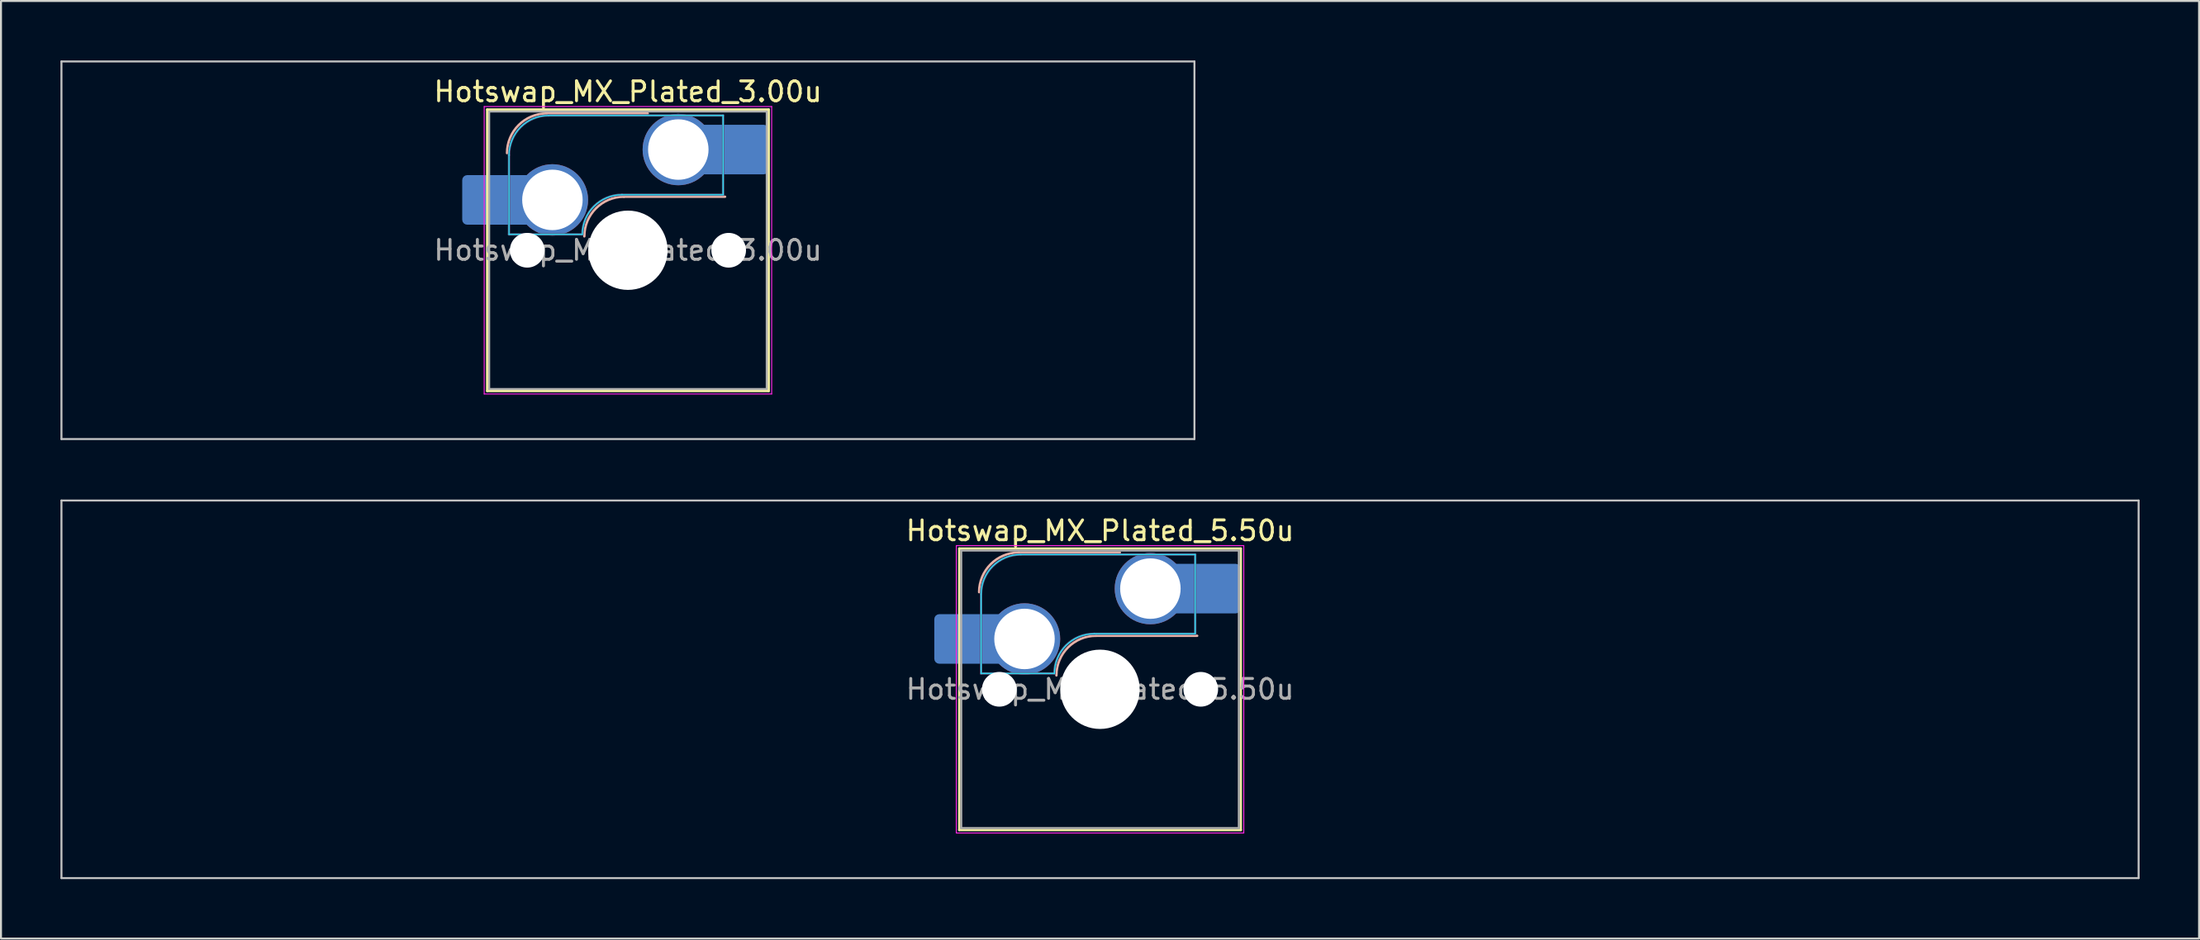
<source format=kicad_pcb>
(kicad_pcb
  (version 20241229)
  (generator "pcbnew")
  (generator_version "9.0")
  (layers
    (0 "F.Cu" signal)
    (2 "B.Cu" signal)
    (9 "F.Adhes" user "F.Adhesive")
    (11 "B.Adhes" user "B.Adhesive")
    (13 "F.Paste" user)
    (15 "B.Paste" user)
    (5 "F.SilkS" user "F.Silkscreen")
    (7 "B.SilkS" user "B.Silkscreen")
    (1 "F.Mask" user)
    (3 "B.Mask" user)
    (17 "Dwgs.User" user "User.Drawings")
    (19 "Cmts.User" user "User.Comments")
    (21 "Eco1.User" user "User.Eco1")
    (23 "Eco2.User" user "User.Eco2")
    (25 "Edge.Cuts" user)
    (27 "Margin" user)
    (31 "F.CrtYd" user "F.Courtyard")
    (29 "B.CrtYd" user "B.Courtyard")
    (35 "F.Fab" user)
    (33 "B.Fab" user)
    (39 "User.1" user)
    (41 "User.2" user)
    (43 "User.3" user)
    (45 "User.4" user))
  (footprint "Hotswap_MX_Plated_3.00u"
    (layer "F.Cu")
    (at 28.625 9.575)
    (property "Reference" "Hotswap_MX_Plated_3.00u" (at 0 -8 0) (layer "F.SilkS") (effects (font (size 1 1) (thickness 0.15))))
    (attr smd allow_soldermask_bridges)
    (fp_line (start -7.1 -7.1) (end -7.1 7.1) (stroke (width 0.12) (type solid)) (layer "F.SilkS"))
    (fp_line (start -7.1 7.1) (end 7.1 7.1) (stroke (width 0.12) (type solid)) (layer "F.SilkS"))
    (fp_line (start 7.1 -7.1) (end -7.1 -7.1) (stroke (width 0.12) (type solid)) (layer "F.SilkS"))
    (fp_line (start 7.1 7.1) (end 7.1 -7.1) (stroke (width 0.12) (type solid)) (layer "F.SilkS"))
    (fp_line (start -4.1 -6.9) (end 1 -6.9) (stroke (width 0.12) (type solid)) (layer "B.SilkS"))
    (fp_line (start -0.2 -2.7) (end 4.9 -2.7) (stroke (width 0.12) (type solid)) (layer "B.SilkS"))
    (fp_arc (start -6.1 -4.9) (mid -5.514214 -6.314214) (end -4.1 -6.9) (stroke (width 0.12) (type solid)) (layer "B.SilkS"))
    (fp_arc (start -2.2 -0.7) (mid -1.614214 -2.114214) (end -0.2 -2.7) (stroke (width 0.12) (type solid)) (layer "B.SilkS"))
    (fp_line (start -28.575 -9.525) (end -28.575 9.525) (stroke (width 0.1) (type solid)) (layer "Dwgs.User"))
    (fp_line (start -28.575 9.525) (end 28.575 9.525) (stroke (width 0.1) (type solid)) (layer "Dwgs.User"))
    (fp_line (start 28.575 -9.525) (end -28.575 -9.525) (stroke (width 0.1) (type solid)) (layer "Dwgs.User"))
    (fp_line (start 28.575 9.525) (end 28.575 -9.525) (stroke (width 0.1) (type solid)) (layer "Dwgs.User"))
    (fp_line (start -7.8 -6) (end -7 -6) (stroke (width 0.1) (type solid)) (layer "Eco1.User"))
    (fp_line (start -7.8 -2.9) (end -7.8 -6) (stroke (width 0.1) (type solid)) (layer "Eco1.User"))
    (fp_line (start -7.8 2.9) (end -7 2.9) (stroke (width 0.1) (type solid)) (layer "Eco1.User"))
    (fp_line (start -7.8 6) (end -7.8 2.9) (stroke (width 0.1) (type solid)) (layer "Eco1.User"))
    (fp_line (start -7 -7) (end 7 -7) (stroke (width 0.1) (type solid)) (layer "Eco1.User"))
    (fp_line (start -7 -6) (end -7 -7) (stroke (width 0.1) (type solid)) (layer "Eco1.User"))
    (fp_line (start -7 -2.9) (end -7.8 -2.9) (stroke (width 0.1) (type solid)) (layer "Eco1.User"))
    (fp_line (start -7 2.9) (end -7 -2.9) (stroke (width 0.1) (type solid)) (layer "Eco1.User"))
    (fp_line (start -7 6) (end -7.8 6) (stroke (width 0.1) (type solid)) (layer "Eco1.User"))
    (fp_line (start -7 7) (end -7 6) (stroke (width 0.1) (type solid)) (layer "Eco1.User"))
    (fp_line (start 7 -7) (end 7 -6) (stroke (width 0.1) (type solid)) (layer "Eco1.User"))
    (fp_line (start 7 -6) (end 7.8 -6) (stroke (width 0.1) (type solid)) (layer "Eco1.User"))
    (fp_line (start 7 -2.9) (end 7 2.9) (stroke (width 0.1) (type solid)) (layer "Eco1.User"))
    (fp_line (start 7 2.9) (end 7.8 2.9) (stroke (width 0.1) (type solid)) (layer "Eco1.User"))
    (fp_line (start 7 6) (end 7 7) (stroke (width 0.1) (type solid)) (layer "Eco1.User"))
    (fp_line (start 7 7) (end -7 7) (stroke (width 0.1) (type solid)) (layer "Eco1.User"))
    (fp_line (start 7.8 -6) (end 7.8 -2.9) (stroke (width 0.1) (type solid)) (layer "Eco1.User"))
    (fp_line (start 7.8 -2.9) (end 7 -2.9) (stroke (width 0.1) (type solid)) (layer "Eco1.User"))
    (fp_line (start 7.8 2.9) (end 7.8 6) (stroke (width 0.1) (type solid)) (layer "Eco1.User"))
    (fp_line (start 7.8 6) (end 7 6) (stroke (width 0.1) (type solid)) (layer "Eco1.User"))
    (fp_line (start -6 -0.8) (end -6 -4.8) (stroke (width 0.05) (type solid)) (layer "B.CrtYd"))
    (fp_line (start -6 -0.8) (end -2.3 -0.8) (stroke (width 0.05) (type solid)) (layer "B.CrtYd"))
    (fp_line (start -4 -6.8) (end 4.8 -6.8) (stroke (width 0.05) (type solid)) (layer "B.CrtYd"))
    (fp_line (start -0.3 -2.8) (end 4.8 -2.8) (stroke (width 0.05) (type solid)) (layer "B.CrtYd"))
    (fp_line (start 4.8 -6.8) (end 4.8 -2.8) (stroke (width 0.05) (type solid)) (layer "B.CrtYd"))
    (fp_arc (start -6 -4.8) (mid -5.414214 -6.214214) (end -4 -6.8) (stroke (width 0.05) (type solid)) (layer "B.CrtYd"))
    (fp_arc (start -2.3 -0.8) (mid -1.714214 -2.214214) (end -0.3 -2.8) (stroke (width 0.05) (type solid)) (layer "B.CrtYd"))
    (fp_line (start -7.25 -7.25) (end -7.25 7.25) (stroke (width 0.05) (type solid)) (layer "F.CrtYd"))
    (fp_line (start -7.25 7.25) (end 7.25 7.25) (stroke (width 0.05) (type solid)) (layer "F.CrtYd"))
    (fp_line (start 7.25 -7.25) (end -7.25 -7.25) (stroke (width 0.05) (type solid)) (layer "F.CrtYd"))
    (fp_line (start 7.25 7.25) (end 7.25 -7.25) (stroke (width 0.05) (type solid)) (layer "F.CrtYd"))
    (fp_line (start -6 -0.8) (end -6 -4.8) (stroke (width 0.12) (type solid)) (layer "B.Fab"))
    (fp_line (start -6 -0.8) (end -2.3 -0.8) (stroke (width 0.12) (type solid)) (layer "B.Fab"))
    (fp_line (start -4 -6.8) (end 4.8 -6.8) (stroke (width 0.12) (type solid)) (layer "B.Fab"))
    (fp_line (start -0.3 -2.8) (end 4.8 -2.8) (stroke (width 0.12) (type solid)) (layer "B.Fab"))
    (fp_line (start 4.8 -6.8) (end 4.8 -2.8) (stroke (width 0.12) (type solid)) (layer "B.Fab"))
    (fp_arc (start -6 -4.8) (mid -5.414214 -6.214214) (end -4 -6.8) (stroke (width 0.12) (type solid)) (layer "B.Fab"))
    (fp_arc (start -2.3 -0.8) (mid -1.714214 -2.214214) (end -0.3 -2.8) (stroke (width 0.12) (type solid)) (layer "B.Fab"))
    (fp_line (start -7 -7) (end -7 7) (stroke (width 0.1) (type solid)) (layer "F.Fab"))
    (fp_line (start -7 7) (end 7 7) (stroke (width 0.1) (type solid)) (layer "F.Fab"))
    (fp_line (start 7 -7) (end -7 -7) (stroke (width 0.1) (type solid)) (layer "F.Fab"))
    (fp_line (start 7 7) (end 7 -7) (stroke (width 0.1) (type solid)) (layer "F.Fab"))
    (fp_text user "${REFERENCE}" (at 0 0 0) (layer "F.Fab") (effects (font (size 1 1) (thickness 0.15))))
    (pad "" smd roundrect (at -7.085 -2.54) (size 2.55 2.5) (layers "B.Mask" "B.Paste") (roundrect_rratio 0.1))
    (pad "" np_thru_hole circle (at -5.08 0) (size 1.75 1.75) (drill 1.75) (layers "*.Cu" "*.Mask"))
    (pad "" np_thru_hole circle (at 0 0) (size 4 4) (drill 4) (layers "*.Cu" "*.Mask"))
    (pad "" np_thru_hole circle (at 5.08 0) (size 1.75 1.75) (drill 1.75) (layers "*.Cu" "*.Mask"))
    (pad "" smd roundrect (at 5.842 -5.08) (size 2.55 2.5) (layers "B.Mask" "B.Paste") (roundrect_rratio 0.1))
    (pad "1" smd roundrect (at -6.585 -2.54) (size 3.55 2.5) (layers "B.Cu") (roundrect_rratio 0.1))
    (pad "1" thru_hole circle (at -3.81 -2.54) (size 3.6 3.6) (drill 3.05) (layers "*.Cu" "*.Mask"))
    (pad "2" thru_hole circle (at 2.54 -5.08) (size 3.6 3.6) (drill 3.05) (layers "*.Cu" "*.Mask"))
    (pad "2" smd roundrect (at 5.32 -5.08) (size 3.55 2.5) (layers "B.Cu") (roundrect_rratio 0.1)))
  (footprint "Hotswap_MX_Plated_5.50u"
    (layer "F.Cu")
    (at 52.438 31.725)
    (property "Reference" "Hotswap_MX_Plated_5.50u" (at 0 -8 0) (layer "F.SilkS") (effects (font (size 1 1) (thickness 0.15))))
    (attr smd allow_soldermask_bridges)
    (fp_line (start -7.1 -7.1) (end -7.1 7.1) (stroke (width 0.12) (type solid)) (layer "F.SilkS"))
    (fp_line (start -7.1 7.1) (end 7.1 7.1) (stroke (width 0.12) (type solid)) (layer "F.SilkS"))
    (fp_line (start 7.1 -7.1) (end -7.1 -7.1) (stroke (width 0.12) (type solid)) (layer "F.SilkS"))
    (fp_line (start 7.1 7.1) (end 7.1 -7.1) (stroke (width 0.12) (type solid)) (layer "F.SilkS"))
    (fp_line (start -4.1 -6.9) (end 1 -6.9) (stroke (width 0.12) (type solid)) (layer "B.SilkS"))
    (fp_line (start -0.2 -2.7) (end 4.9 -2.7) (stroke (width 0.12) (type solid)) (layer "B.SilkS"))
    (fp_arc (start -6.1 -4.9) (mid -5.514214 -6.314214) (end -4.1 -6.9) (stroke (width 0.12) (type solid)) (layer "B.SilkS"))
    (fp_arc (start -2.2 -0.7) (mid -1.614214 -2.114214) (end -0.2 -2.7) (stroke (width 0.12) (type solid)) (layer "B.SilkS"))
    (fp_line (start -52.388 -9.525) (end -52.388 9.525) (stroke (width 0.1) (type solid)) (layer "Dwgs.User"))
    (fp_line (start -52.388 9.525) (end 52.388 9.525) (stroke (width 0.1) (type solid)) (layer "Dwgs.User"))
    (fp_line (start 52.388 -9.525) (end -52.388 -9.525) (stroke (width 0.1) (type solid)) (layer "Dwgs.User"))
    (fp_line (start 52.388 9.525) (end 52.388 -9.525) (stroke (width 0.1) (type solid)) (layer "Dwgs.User"))
    (fp_line (start -7.8 -6) (end -7 -6) (stroke (width 0.1) (type solid)) (layer "Eco1.User"))
    (fp_line (start -7.8 -2.9) (end -7.8 -6) (stroke (width 0.1) (type solid)) (layer "Eco1.User"))
    (fp_line (start -7.8 2.9) (end -7 2.9) (stroke (width 0.1) (type solid)) (layer "Eco1.User"))
    (fp_line (start -7.8 6) (end -7.8 2.9) (stroke (width 0.1) (type solid)) (layer "Eco1.User"))
    (fp_line (start -7 -7) (end 7 -7) (stroke (width 0.1) (type solid)) (layer "Eco1.User"))
    (fp_line (start -7 -6) (end -7 -7) (stroke (width 0.1) (type solid)) (layer "Eco1.User"))
    (fp_line (start -7 -2.9) (end -7.8 -2.9) (stroke (width 0.1) (type solid)) (layer "Eco1.User"))
    (fp_line (start -7 2.9) (end -7 -2.9) (stroke (width 0.1) (type solid)) (layer "Eco1.User"))
    (fp_line (start -7 6) (end -7.8 6) (stroke (width 0.1) (type solid)) (layer "Eco1.User"))
    (fp_line (start -7 7) (end -7 6) (stroke (width 0.1) (type solid)) (layer "Eco1.User"))
    (fp_line (start 7 -7) (end 7 -6) (stroke (width 0.1) (type solid)) (layer "Eco1.User"))
    (fp_line (start 7 -6) (end 7.8 -6) (stroke (width 0.1) (type solid)) (layer "Eco1.User"))
    (fp_line (start 7 -2.9) (end 7 2.9) (stroke (width 0.1) (type solid)) (layer "Eco1.User"))
    (fp_line (start 7 2.9) (end 7.8 2.9) (stroke (width 0.1) (type solid)) (layer "Eco1.User"))
    (fp_line (start 7 6) (end 7 7) (stroke (width 0.1) (type solid)) (layer "Eco1.User"))
    (fp_line (start 7 7) (end -7 7) (stroke (width 0.1) (type solid)) (layer "Eco1.User"))
    (fp_line (start 7.8 -6) (end 7.8 -2.9) (stroke (width 0.1) (type solid)) (layer "Eco1.User"))
    (fp_line (start 7.8 -2.9) (end 7 -2.9) (stroke (width 0.1) (type solid)) (layer "Eco1.User"))
    (fp_line (start 7.8 2.9) (end 7.8 6) (stroke (width 0.1) (type solid)) (layer "Eco1.User"))
    (fp_line (start 7.8 6) (end 7 6) (stroke (width 0.1) (type solid)) (layer "Eco1.User"))
    (fp_line (start -6 -0.8) (end -6 -4.8) (stroke (width 0.05) (type solid)) (layer "B.CrtYd"))
    (fp_line (start -6 -0.8) (end -2.3 -0.8) (stroke (width 0.05) (type solid)) (layer "B.CrtYd"))
    (fp_line (start -4 -6.8) (end 4.8 -6.8) (stroke (width 0.05) (type solid)) (layer "B.CrtYd"))
    (fp_line (start -0.3 -2.8) (end 4.8 -2.8) (stroke (width 0.05) (type solid)) (layer "B.CrtYd"))
    (fp_line (start 4.8 -6.8) (end 4.8 -2.8) (stroke (width 0.05) (type solid)) (layer "B.CrtYd"))
    (fp_arc (start -6 -4.8) (mid -5.414214 -6.214214) (end -4 -6.8) (stroke (width 0.05) (type solid)) (layer "B.CrtYd"))
    (fp_arc (start -2.3 -0.8) (mid -1.714214 -2.214214) (end -0.3 -2.8) (stroke (width 0.05) (type solid)) (layer "B.CrtYd"))
    (fp_line (start -7.25 -7.25) (end -7.25 7.25) (stroke (width 0.05) (type solid)) (layer "F.CrtYd"))
    (fp_line (start -7.25 7.25) (end 7.25 7.25) (stroke (width 0.05) (type solid)) (layer "F.CrtYd"))
    (fp_line (start 7.25 -7.25) (end -7.25 -7.25) (stroke (width 0.05) (type solid)) (layer "F.CrtYd"))
    (fp_line (start 7.25 7.25) (end 7.25 -7.25) (stroke (width 0.05) (type solid)) (layer "F.CrtYd"))
    (fp_line (start -6 -0.8) (end -6 -4.8) (stroke (width 0.12) (type solid)) (layer "B.Fab"))
    (fp_line (start -6 -0.8) (end -2.3 -0.8) (stroke (width 0.12) (type solid)) (layer "B.Fab"))
    (fp_line (start -4 -6.8) (end 4.8 -6.8) (stroke (width 0.12) (type solid)) (layer "B.Fab"))
    (fp_line (start -0.3 -2.8) (end 4.8 -2.8) (stroke (width 0.12) (type solid)) (layer "B.Fab"))
    (fp_line (start 4.8 -6.8) (end 4.8 -2.8) (stroke (width 0.12) (type solid)) (layer "B.Fab"))
    (fp_arc (start -6 -4.8) (mid -5.414214 -6.214214) (end -4 -6.8) (stroke (width 0.12) (type solid)) (layer "B.Fab"))
    (fp_arc (start -2.3 -0.8) (mid -1.714214 -2.214214) (end -0.3 -2.8) (stroke (width 0.12) (type solid)) (layer "B.Fab"))
    (fp_line (start -7 -7) (end -7 7) (stroke (width 0.1) (type solid)) (layer "F.Fab"))
    (fp_line (start -7 7) (end 7 7) (stroke (width 0.1) (type solid)) (layer "F.Fab"))
    (fp_line (start 7 -7) (end -7 -7) (stroke (width 0.1) (type solid)) (layer "F.Fab"))
    (fp_line (start 7 7) (end 7 -7) (stroke (width 0.1) (type solid)) (layer "F.Fab"))
    (fp_text user "${REFERENCE}" (at 0 0 0) (layer "F.Fab") (effects (font (size 1 1) (thickness 0.15))))
    (pad "" smd roundrect (at -7.085 -2.54) (size 2.55 2.5) (layers "B.Mask" "B.Paste") (roundrect_rratio 0.1))
    (pad "" np_thru_hole circle (at -5.08 0) (size 1.75 1.75) (drill 1.75) (layers "*.Cu" "*.Mask"))
    (pad "" np_thru_hole circle (at 0 0) (size 4 4) (drill 4) (layers "*.Cu" "*.Mask"))
    (pad "" np_thru_hole circle (at 5.08 0) (size 1.75 1.75) (drill 1.75) (layers "*.Cu" "*.Mask"))
    (pad "" smd roundrect (at 5.842 -5.08) (size 2.55 2.5) (layers "B.Mask" "B.Paste") (roundrect_rratio 0.1))
    (pad "1" smd roundrect (at -6.585 -2.54) (size 3.55 2.5) (layers "B.Cu") (roundrect_rratio 0.1))
    (pad "1" thru_hole circle (at -3.81 -2.54) (size 3.6 3.6) (drill 3.05) (layers "*.Cu" "*.Mask"))
    (pad "2" thru_hole circle (at 2.54 -5.08) (size 3.6 3.6) (drill 3.05) (layers "*.Cu" "*.Mask"))
    (pad "2" smd roundrect (at 5.32 -5.08) (size 3.55 2.5) (layers "B.Cu") (roundrect_rratio 0.1)))
  (gr_rect
    (start -3 -3)
    (end 107.875 44.3)
    (stroke (width 0.1) (type default))
    (fill no)
    (layer "Edge.Cuts")))
</source>
